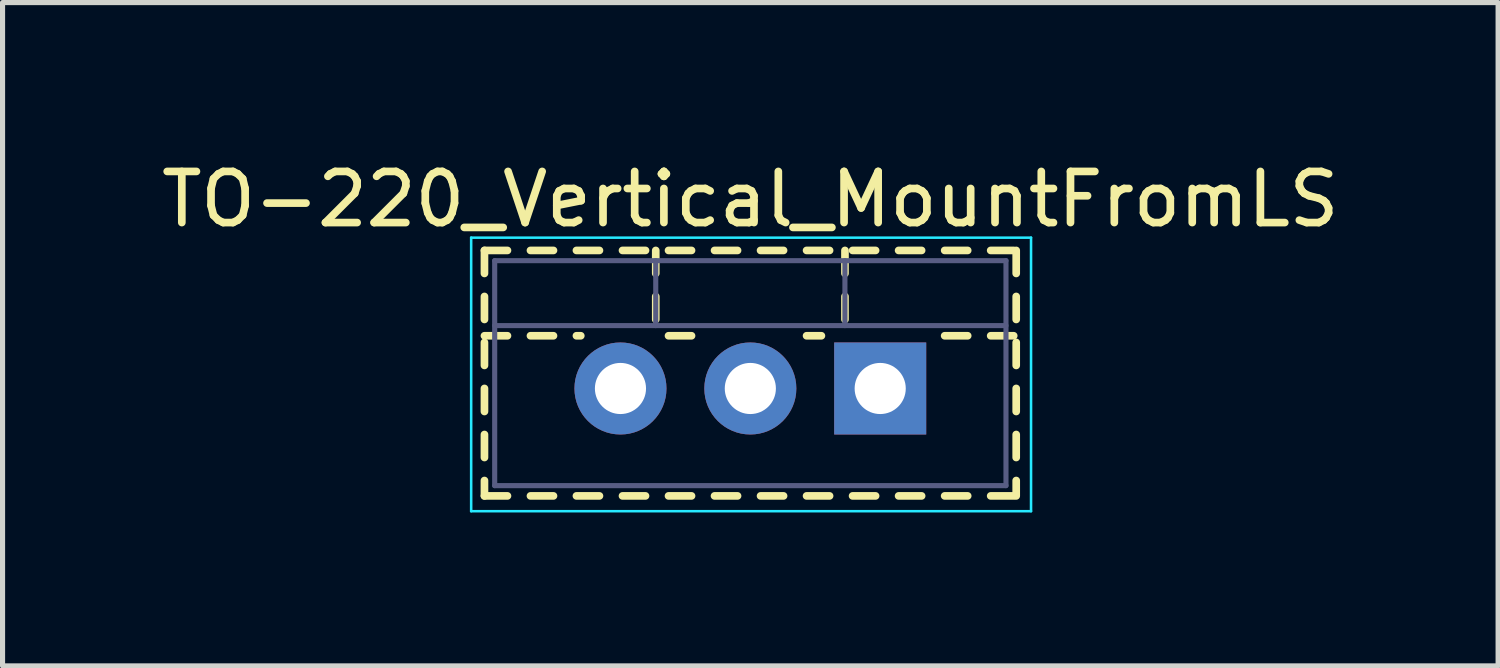
<source format=kicad_pcb>
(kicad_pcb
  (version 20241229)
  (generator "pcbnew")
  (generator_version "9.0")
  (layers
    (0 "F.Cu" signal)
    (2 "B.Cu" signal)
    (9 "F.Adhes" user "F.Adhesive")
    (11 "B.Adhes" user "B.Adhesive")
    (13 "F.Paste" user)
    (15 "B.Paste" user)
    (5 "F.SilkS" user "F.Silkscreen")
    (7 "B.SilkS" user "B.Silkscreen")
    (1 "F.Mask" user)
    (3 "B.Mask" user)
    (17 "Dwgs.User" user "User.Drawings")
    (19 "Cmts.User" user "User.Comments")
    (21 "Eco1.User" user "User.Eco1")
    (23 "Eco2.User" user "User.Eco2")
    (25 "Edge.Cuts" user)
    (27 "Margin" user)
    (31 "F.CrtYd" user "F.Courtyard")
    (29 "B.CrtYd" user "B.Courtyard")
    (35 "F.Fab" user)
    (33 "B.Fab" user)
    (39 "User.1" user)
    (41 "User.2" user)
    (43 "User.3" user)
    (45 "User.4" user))
  (footprint "TO-220_Vertical_MountFromLS"
    (layer "F.Cu")
    (at 14.165 4.548)
    (property "Reference" "TO-220_Vertical_MountFromLS" (at -2.54 -3.7 0) (layer "F.SilkS") (effects (font (size 1 1) (thickness 0.15))))
    (attr through_hole)
    (fp_line (start -7.74 -2.7) (end -7.74 -2.25) (stroke (width 0.15) (type solid)) (layer "F.SilkS"))
    (fp_line (start -7.74 -2.7) (end -7.29 -2.7) (stroke (width 0.15) (type solid)) (layer "F.SilkS"))
    (fp_line (start -7.74 -1.8) (end -7.74 -1.35) (stroke (width 0.15) (type solid)) (layer "F.SilkS"))
    (fp_line (start -7.74 -1.031) (end -7.29 -1.031) (stroke (width 0.15) (type solid)) (layer "F.SilkS"))
    (fp_line (start -7.74 -0.901) (end -7.74 -0.451) (stroke (width 0.15) (type solid)) (layer "F.SilkS"))
    (fp_line (start -7.74 -0.001) (end -7.74 0.45) (stroke (width 0.15) (type solid)) (layer "F.SilkS"))
    (fp_line (start -7.74 0.9) (end -7.74 1.35) (stroke (width 0.15) (type solid)) (layer "F.SilkS"))
    (fp_line (start -7.74 1.8) (end -7.74 2.101) (stroke (width 0.15) (type solid)) (layer "F.SilkS"))
    (fp_line (start -7.74 2.101) (end -7.29 2.101) (stroke (width 0.15) (type solid)) (layer "F.SilkS"))
    (fp_line (start -6.84 -2.7) (end -6.39 -2.7) (stroke (width 0.15) (type solid)) (layer "F.SilkS"))
    (fp_line (start -6.84 -1.031) (end -6.39 -1.031) (stroke (width 0.15) (type solid)) (layer "F.SilkS"))
    (fp_line (start -6.84 2.101) (end -6.39 2.101) (stroke (width 0.15) (type solid)) (layer "F.SilkS"))
    (fp_line (start -5.941 -2.7) (end -5.491 -2.7) (stroke (width 0.15) (type solid)) (layer "F.SilkS"))
    (fp_line (start -5.941 -1.031) (end -5.856 -1.031) (stroke (width 0.15) (type solid)) (layer "F.SilkS"))
    (fp_line (start -5.941 2.101) (end -5.491 2.101) (stroke (width 0.15) (type solid)) (layer "F.SilkS"))
    (fp_line (start -5.04 -2.7) (end -4.59 -2.7) (stroke (width 0.15) (type solid)) (layer "F.SilkS"))
    (fp_line (start -5.04 2.101) (end -4.59 2.101) (stroke (width 0.15) (type solid)) (layer "F.SilkS"))
    (fp_line (start -4.39 -2.7) (end -4.39 -2.25) (stroke (width 0.15) (type solid)) (layer "F.SilkS"))
    (fp_line (start -4.39 -1.8) (end -4.39 -1.35) (stroke (width 0.15) (type solid)) (layer "F.SilkS"))
    (fp_line (start -4.14 -2.7) (end -3.69 -2.7) (stroke (width 0.15) (type solid)) (layer "F.SilkS"))
    (fp_line (start -4.14 -1.031) (end -3.69 -1.031) (stroke (width 0.15) (type solid)) (layer "F.SilkS"))
    (fp_line (start -4.14 2.101) (end -3.69 2.101) (stroke (width 0.15) (type solid)) (layer "F.SilkS"))
    (fp_line (start -3.24 -2.7) (end -2.79 -2.7) (stroke (width 0.15) (type solid)) (layer "F.SilkS"))
    (fp_line (start -3.24 2.101) (end -2.79 2.101) (stroke (width 0.15) (type solid)) (layer "F.SilkS"))
    (fp_line (start -2.34 -2.7) (end -1.89 -2.7) (stroke (width 0.15) (type solid)) (layer "F.SilkS"))
    (fp_line (start -2.34 2.101) (end -1.89 2.101) (stroke (width 0.15) (type solid)) (layer "F.SilkS"))
    (fp_line (start -1.44 -2.7) (end -0.99 -2.7) (stroke (width 0.15) (type solid)) (layer "F.SilkS"))
    (fp_line (start -1.44 -1.031) (end -1.15 -1.031) (stroke (width 0.15) (type solid)) (layer "F.SilkS"))
    (fp_line (start -1.44 2.101) (end -0.99 2.101) (stroke (width 0.15) (type solid)) (layer "F.SilkS"))
    (fp_line (start -0.689 -2.7) (end -0.689 -2.25) (stroke (width 0.15) (type solid)) (layer "F.SilkS"))
    (fp_line (start -0.689 -1.8) (end -0.689 -1.35) (stroke (width 0.15) (type solid)) (layer "F.SilkS"))
    (fp_line (start -0.54 -2.7) (end -0.09 -2.7) (stroke (width 0.15) (type solid)) (layer "F.SilkS"))
    (fp_line (start -0.54 2.101) (end -0.09 2.101) (stroke (width 0.15) (type solid)) (layer "F.SilkS"))
    (fp_line (start 0.36 -2.7) (end 0.81 -2.7) (stroke (width 0.15) (type solid)) (layer "F.SilkS"))
    (fp_line (start 0.36 2.101) (end 0.81 2.101) (stroke (width 0.15) (type solid)) (layer "F.SilkS"))
    (fp_line (start 1.261 -2.7) (end 1.711 -2.7) (stroke (width 0.15) (type solid)) (layer "F.SilkS"))
    (fp_line (start 1.261 -1.031) (end 1.711 -1.031) (stroke (width 0.15) (type solid)) (layer "F.SilkS"))
    (fp_line (start 1.261 2.101) (end 1.711 2.101) (stroke (width 0.15) (type solid)) (layer "F.SilkS"))
    (fp_line (start 2.161 -2.7) (end 2.611 -2.7) (stroke (width 0.15) (type solid)) (layer "F.SilkS"))
    (fp_line (start 2.161 -1.031) (end 2.611 -1.031) (stroke (width 0.15) (type solid)) (layer "F.SilkS"))
    (fp_line (start 2.161 2.101) (end 2.611 2.101) (stroke (width 0.15) (type solid)) (layer "F.SilkS"))
    (fp_line (start 2.66 -2.7) (end 2.66 -2.25) (stroke (width 0.15) (type solid)) (layer "F.SilkS"))
    (fp_line (start 2.66 -1.8) (end 2.66 -1.35) (stroke (width 0.15) (type solid)) (layer "F.SilkS"))
    (fp_line (start 2.66 -0.901) (end 2.66 -0.451) (stroke (width 0.15) (type solid)) (layer "F.SilkS"))
    (fp_line (start 2.66 -0.001) (end 2.66 0.45) (stroke (width 0.15) (type solid)) (layer "F.SilkS"))
    (fp_line (start 2.66 0.9) (end 2.66 1.35) (stroke (width 0.15) (type solid)) (layer "F.SilkS"))
    (fp_line (start 2.66 1.8) (end 2.66 2.101) (stroke (width 0.15) (type solid)) (layer "F.SilkS"))
    (fp_line (start -8 -2.95) (end -8 2.4) (stroke (width 0.05) (type solid)) (layer "B.CrtYd"))
    (fp_line (start -8 2.4) (end 2.95 2.4) (stroke (width 0.05) (type solid)) (layer "B.CrtYd"))
    (fp_line (start 2.95 -2.95) (end -8 -2.95) (stroke (width 0.05) (type solid)) (layer "B.CrtYd"))
    (fp_line (start 2.95 2.4) (end 2.95 -2.95) (stroke (width 0.05) (type solid)) (layer "B.CrtYd"))
    (fp_line (start -7.54 -2.5) (end -7.54 1.9) (stroke (width 0.1) (type solid)) (layer "B.Fab"))
    (fp_line (start -7.54 -1.23) (end 2.46 -1.23) (stroke (width 0.1) (type solid)) (layer "B.Fab"))
    (fp_line (start -7.54 1.9) (end 2.46 1.9) (stroke (width 0.1) (type solid)) (layer "B.Fab"))
    (fp_line (start -4.39 -2.5) (end -4.39 -1.23) (stroke (width 0.1) (type solid)) (layer "B.Fab"))
    (fp_line (start -0.69 -2.5) (end -0.69 -1.23) (stroke (width 0.1) (type solid)) (layer "B.Fab"))
    (fp_line (start 2.46 -2.5) (end -7.54 -2.5) (stroke (width 0.1) (type solid)) (layer "B.Fab"))
    (fp_line (start 2.46 1.9) (end 2.46 -2.5) (stroke (width 0.1) (type solid)) (layer "B.Fab"))
    (pad "1" thru_hole rect (at 0 0) (size 1.8 1.8) (drill 1) (layers "*.Cu" "*.Mask"))
    (pad "2" thru_hole oval (at -2.54 0) (size 1.8 1.8) (drill 1) (layers "*.Cu" "*.Mask"))
    (pad "3" thru_hole oval (at -5.08 0) (size 1.8 1.8) (drill 1) (layers "*.Cu" "*.Mask")))
  (gr_rect
    (start -3 -3)
    (end 26.25 9.973)
    (stroke (width 0.1) (type default))
    (fill no)
    (layer "Edge.Cuts")))
</source>
